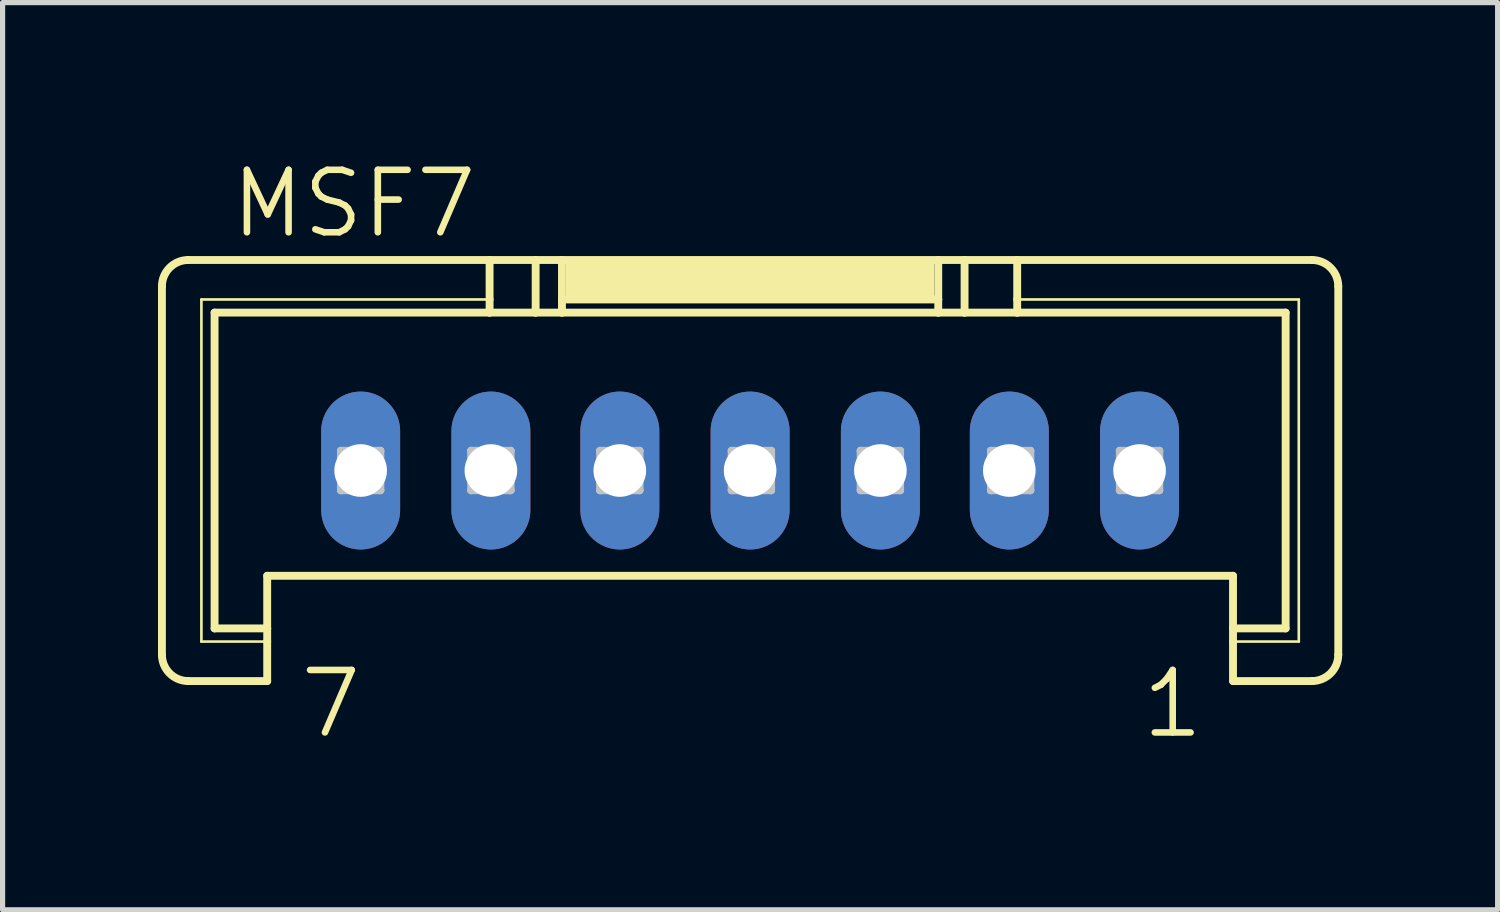
<source format=kicad_pcb>
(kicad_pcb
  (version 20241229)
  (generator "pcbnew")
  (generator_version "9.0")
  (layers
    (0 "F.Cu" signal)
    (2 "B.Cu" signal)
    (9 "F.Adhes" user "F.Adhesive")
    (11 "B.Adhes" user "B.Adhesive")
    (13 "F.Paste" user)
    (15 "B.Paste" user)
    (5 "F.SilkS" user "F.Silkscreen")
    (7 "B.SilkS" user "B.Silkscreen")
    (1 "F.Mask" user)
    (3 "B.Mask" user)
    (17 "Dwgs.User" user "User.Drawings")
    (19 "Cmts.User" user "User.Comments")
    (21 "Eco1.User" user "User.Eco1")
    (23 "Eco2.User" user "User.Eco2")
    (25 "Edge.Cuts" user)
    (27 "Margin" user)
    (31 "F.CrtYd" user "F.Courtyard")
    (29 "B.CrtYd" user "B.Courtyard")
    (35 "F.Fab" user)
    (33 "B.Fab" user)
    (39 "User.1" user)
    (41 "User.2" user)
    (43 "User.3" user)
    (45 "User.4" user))
  (footprint "MSF7"
    (layer "F.Cu")
    (at 11.43 3.493)
    (property "Reference" "MSF7" (at -10.084 -1.905 0) (layer "F.SilkS") (effects (font (size 1.206 1.206) (thickness 0.127)) (justify left bottom)))
    (attr through_hole)
    (fp_line (start -11.354 6.096) (end -11.354 -1.016) (stroke (width 0.152) (type solid)) (layer "F.SilkS"))
    (fp_line (start -10.846 -1.524) (end -5.029 -1.524) (stroke (width 0.152) (type solid)) (layer "F.SilkS"))
    (fp_line (start -10.592 -0.762) (end -5.029 -0.762) (stroke (width 0.051) (type solid)) (layer "F.SilkS"))
    (fp_line (start -10.592 5.842) (end -10.592 -0.762) (stroke (width 0.051) (type solid)) (layer "F.SilkS"))
    (fp_line (start -10.338 -0.508) (end -5.029 -0.508) (stroke (width 0.152) (type solid)) (layer "F.SilkS"))
    (fp_line (start -10.338 5.588) (end -10.338 -0.508) (stroke (width 0.152) (type solid)) (layer "F.SilkS"))
    (fp_line (start -9.322 5.588) (end -10.338 5.588) (stroke (width 0.152) (type solid)) (layer "F.SilkS"))
    (fp_line (start -9.322 5.588) (end -9.322 4.572) (stroke (width 0.152) (type solid)) (layer "F.SilkS"))
    (fp_line (start -9.322 5.588) (end -9.322 5.842) (stroke (width 0.152) (type solid)) (layer "F.SilkS"))
    (fp_line (start -9.322 5.842) (end -10.592 5.842) (stroke (width 0.051) (type solid)) (layer "F.SilkS"))
    (fp_line (start -9.322 5.842) (end -9.322 6.604) (stroke (width 0.152) (type solid)) (layer "F.SilkS"))
    (fp_line (start -9.322 6.604) (end -10.846 6.604) (stroke (width 0.152) (type solid)) (layer "F.SilkS"))
    (fp_line (start -5.029 -1.524) (end -5.029 -0.762) (stroke (width 0.152) (type solid)) (layer "F.SilkS"))
    (fp_line (start -5.029 -1.524) (end -4.14 -1.524) (stroke (width 0.152) (type solid)) (layer "F.SilkS"))
    (fp_line (start -5.029 -0.762) (end -5.029 -0.508) (stroke (width 0.152) (type solid)) (layer "F.SilkS"))
    (fp_line (start -5.029 -0.508) (end -4.14 -0.508) (stroke (width 0.152) (type solid)) (layer "F.SilkS"))
    (fp_line (start -4.14 -1.524) (end -4.14 -0.508) (stroke (width 0.152) (type solid)) (layer "F.SilkS"))
    (fp_line (start -4.14 -1.524) (end -3.632 -1.524) (stroke (width 0.152) (type solid)) (layer "F.SilkS"))
    (fp_line (start -4.14 -0.508) (end -3.632 -0.508) (stroke (width 0.152) (type solid)) (layer "F.SilkS"))
    (fp_line (start -3.632 -1.524) (end -3.632 -0.762) (stroke (width 0.152) (type solid)) (layer "F.SilkS"))
    (fp_line (start -3.632 -1.524) (end 3.632 -1.524) (stroke (width 0.152) (type solid)) (layer "F.SilkS"))
    (fp_line (start -3.632 -0.762) (end -3.632 -0.508) (stroke (width 0.152) (type solid)) (layer "F.SilkS"))
    (fp_line (start -3.632 -0.762) (end 3.632 -0.762) (stroke (width 0.152) (type solid)) (layer "F.SilkS"))
    (fp_line (start -3.632 -0.508) (end 3.632 -0.508) (stroke (width 0.152) (type solid)) (layer "F.SilkS"))
    (fp_line (start 3.632 -1.524) (end 3.632 -0.762) (stroke (width 0.152) (type solid)) (layer "F.SilkS"))
    (fp_line (start 3.632 -1.524) (end 4.14 -1.524) (stroke (width 0.152) (type solid)) (layer "F.SilkS"))
    (fp_line (start 3.632 -0.762) (end 3.632 -0.508) (stroke (width 0.152) (type solid)) (layer "F.SilkS"))
    (fp_line (start 3.632 -0.508) (end 4.14 -0.508) (stroke (width 0.152) (type solid)) (layer "F.SilkS"))
    (fp_line (start 4.14 -1.524) (end 4.14 -0.508) (stroke (width 0.152) (type solid)) (layer "F.SilkS"))
    (fp_line (start 4.14 -1.524) (end 5.156 -1.524) (stroke (width 0.152) (type solid)) (layer "F.SilkS"))
    (fp_line (start 4.14 -0.508) (end 5.156 -0.508) (stroke (width 0.152) (type solid)) (layer "F.SilkS"))
    (fp_line (start 5.156 -1.524) (end 5.156 -0.762) (stroke (width 0.152) (type solid)) (layer "F.SilkS"))
    (fp_line (start 5.156 -1.524) (end 10.846 -1.524) (stroke (width 0.152) (type solid)) (layer "F.SilkS"))
    (fp_line (start 5.156 -0.762) (end 5.156 -0.508) (stroke (width 0.152) (type solid)) (layer "F.SilkS"))
    (fp_line (start 5.156 -0.762) (end 10.592 -0.762) (stroke (width 0.051) (type solid)) (layer "F.SilkS"))
    (fp_line (start 5.156 -0.508) (end 10.338 -0.508) (stroke (width 0.152) (type solid)) (layer "F.SilkS"))
    (fp_line (start 9.322 4.572) (end -9.322 4.572) (stroke (width 0.152) (type solid)) (layer "F.SilkS"))
    (fp_line (start 9.322 5.588) (end 9.322 4.572) (stroke (width 0.152) (type solid)) (layer "F.SilkS"))
    (fp_line (start 9.322 5.842) (end 9.322 5.588) (stroke (width 0.152) (type solid)) (layer "F.SilkS"))
    (fp_line (start 9.322 6.604) (end 9.322 5.842) (stroke (width 0.152) (type solid)) (layer "F.SilkS"))
    (fp_line (start 10.338 -0.508) (end 10.338 5.588) (stroke (width 0.152) (type solid)) (layer "F.SilkS"))
    (fp_line (start 10.338 5.588) (end 9.322 5.588) (stroke (width 0.152) (type solid)) (layer "F.SilkS"))
    (fp_line (start 10.592 -0.762) (end 10.592 5.842) (stroke (width 0.051) (type solid)) (layer "F.SilkS"))
    (fp_line (start 10.592 5.842) (end 9.322 5.842) (stroke (width 0.051) (type solid)) (layer "F.SilkS"))
    (fp_line (start 10.846 6.604) (end 9.322 6.604) (stroke (width 0.152) (type solid)) (layer "F.SilkS"))
    (fp_line (start 11.354 -1.016) (end 11.354 6.096) (stroke (width 0.152) (type solid)) (layer "F.SilkS"))
    (fp_arc (start -11.3538 -1.016) (mid -11.20501 -1.37521) (end -10.8458 -1.524) (stroke (width 0.1524) (type solid)) (layer "F.SilkS"))
    (fp_arc (start -10.8458 6.604) (mid -11.20501 6.45521) (end -11.3538 6.096) (stroke (width 0.1524) (type solid)) (layer "F.SilkS"))
    (fp_arc (start 10.8458 -1.524) (mid 11.20501 -1.37521) (end 11.3538 -1.016) (stroke (width 0.1524) (type solid)) (layer "F.SilkS"))
    (fp_arc (start 11.3538 6.096) (mid 11.20501 6.45521) (end 10.8458 6.604) (stroke (width 0.1524) (type solid)) (layer "F.SilkS"))
    (fp_poly (pts (xy -3.556 -0.762) (xy 3.556 -0.762) (xy 3.556 -1.524) (xy -3.556 -1.524)) (stroke (width 0) (type solid)) (fill yes) (layer "F.SilkS"))
    (fp_line (start -7.899 2.159) (end -7.899 2.921) (stroke (width 0.152) (type solid)) (layer "Dwgs.User"))
    (fp_line (start -7.899 2.159) (end -7.137 2.921) (stroke (width 0.152) (type solid)) (layer "Dwgs.User"))
    (fp_line (start -7.899 2.921) (end -7.137 2.921) (stroke (width 0.152) (type solid)) (layer "Dwgs.User"))
    (fp_line (start -7.137 2.159) (end -7.899 2.159) (stroke (width 0.152) (type solid)) (layer "Dwgs.User"))
    (fp_line (start -7.137 2.159) (end -7.899 2.921) (stroke (width 0.152) (type solid)) (layer "Dwgs.User"))
    (fp_line (start -7.137 2.921) (end -7.137 2.159) (stroke (width 0.152) (type solid)) (layer "Dwgs.User"))
    (fp_line (start -5.385 2.159) (end -5.385 2.921) (stroke (width 0.152) (type solid)) (layer "Dwgs.User"))
    (fp_line (start -5.385 2.159) (end -4.623 2.921) (stroke (width 0.152) (type solid)) (layer "Dwgs.User"))
    (fp_line (start -5.385 2.921) (end -4.623 2.921) (stroke (width 0.152) (type solid)) (layer "Dwgs.User"))
    (fp_line (start -4.623 2.159) (end -5.385 2.159) (stroke (width 0.152) (type solid)) (layer "Dwgs.User"))
    (fp_line (start -4.623 2.159) (end -5.385 2.921) (stroke (width 0.152) (type solid)) (layer "Dwgs.User"))
    (fp_line (start -4.623 2.921) (end -4.623 2.159) (stroke (width 0.152) (type solid)) (layer "Dwgs.User"))
    (fp_line (start -2.896 2.159) (end -2.896 2.921) (stroke (width 0.152) (type solid)) (layer "Dwgs.User"))
    (fp_line (start -2.896 2.159) (end -2.134 2.921) (stroke (width 0.152) (type solid)) (layer "Dwgs.User"))
    (fp_line (start -2.896 2.921) (end -2.134 2.921) (stroke (width 0.152) (type solid)) (layer "Dwgs.User"))
    (fp_line (start -2.134 2.159) (end -2.896 2.159) (stroke (width 0.152) (type solid)) (layer "Dwgs.User"))
    (fp_line (start -2.134 2.159) (end -2.896 2.921) (stroke (width 0.152) (type solid)) (layer "Dwgs.User"))
    (fp_line (start -2.134 2.921) (end -2.134 2.159) (stroke (width 0.152) (type solid)) (layer "Dwgs.User"))
    (fp_line (start -0.356 2.159) (end -0.356 2.921) (stroke (width 0.152) (type solid)) (layer "Dwgs.User"))
    (fp_line (start -0.356 2.159) (end 0.406 2.921) (stroke (width 0.152) (type solid)) (layer "Dwgs.User"))
    (fp_line (start -0.356 2.921) (end 0.406 2.921) (stroke (width 0.152) (type solid)) (layer "Dwgs.User"))
    (fp_line (start 0.406 2.159) (end -0.356 2.159) (stroke (width 0.152) (type solid)) (layer "Dwgs.User"))
    (fp_line (start 0.406 2.159) (end -0.356 2.921) (stroke (width 0.152) (type solid)) (layer "Dwgs.User"))
    (fp_line (start 0.406 2.921) (end 0.406 2.159) (stroke (width 0.152) (type solid)) (layer "Dwgs.User"))
    (fp_line (start 2.134 2.159) (end 2.134 2.921) (stroke (width 0.152) (type solid)) (layer "Dwgs.User"))
    (fp_line (start 2.134 2.159) (end 2.896 2.921) (stroke (width 0.152) (type solid)) (layer "Dwgs.User"))
    (fp_line (start 2.134 2.921) (end 2.896 2.921) (stroke (width 0.152) (type solid)) (layer "Dwgs.User"))
    (fp_line (start 2.896 2.159) (end 2.134 2.159) (stroke (width 0.152) (type solid)) (layer "Dwgs.User"))
    (fp_line (start 2.896 2.159) (end 2.134 2.921) (stroke (width 0.152) (type solid)) (layer "Dwgs.User"))
    (fp_line (start 2.896 2.921) (end 2.896 2.159) (stroke (width 0.152) (type solid)) (layer "Dwgs.User"))
    (fp_line (start 4.648 2.159) (end 4.648 2.921) (stroke (width 0.152) (type solid)) (layer "Dwgs.User"))
    (fp_line (start 4.648 2.159) (end 5.41 2.921) (stroke (width 0.152) (type solid)) (layer "Dwgs.User"))
    (fp_line (start 4.648 2.921) (end 5.41 2.921) (stroke (width 0.152) (type solid)) (layer "Dwgs.User"))
    (fp_line (start 5.41 2.159) (end 4.648 2.159) (stroke (width 0.152) (type solid)) (layer "Dwgs.User"))
    (fp_line (start 5.41 2.159) (end 4.648 2.921) (stroke (width 0.152) (type solid)) (layer "Dwgs.User"))
    (fp_line (start 5.41 2.921) (end 5.41 2.159) (stroke (width 0.152) (type solid)) (layer "Dwgs.User"))
    (fp_line (start 7.137 2.159) (end 7.137 2.921) (stroke (width 0.152) (type solid)) (layer "Dwgs.User"))
    (fp_line (start 7.137 2.159) (end 7.899 2.921) (stroke (width 0.152) (type solid)) (layer "Dwgs.User"))
    (fp_line (start 7.137 2.921) (end 7.899 2.921) (stroke (width 0.152) (type solid)) (layer "Dwgs.User"))
    (fp_line (start 7.899 2.159) (end 7.137 2.159) (stroke (width 0.152) (type solid)) (layer "Dwgs.User"))
    (fp_line (start 7.899 2.159) (end 7.137 2.921) (stroke (width 0.152) (type solid)) (layer "Dwgs.User"))
    (fp_line (start 7.899 2.921) (end 7.899 2.159) (stroke (width 0.152) (type solid)) (layer "Dwgs.User"))
    (fp_text user "1" (at 7.5 7.75 0) (layer "F.SilkS") (effects (font (size 1.206 1.206) (thickness 0.127)) (justify left bottom)))
    (fp_text user "7" (at -8.75 7.75 0) (layer "F.SilkS") (effects (font (size 1.206 1.206) (thickness 0.127)) (justify left bottom)))
    (pad "1" thru_hole oval (at 7.518 2.54 90) (size 3.048 1.524) (drill 1.016) (layers "*.Cu" "*.Mask"))
    (pad "2" thru_hole oval (at 5.004 2.54 90) (size 3.048 1.524) (drill 1.016) (layers "*.Cu" "*.Mask"))
    (pad "3" thru_hole oval (at 2.515 2.54 90) (size 3.048 1.524) (drill 1.016) (layers "*.Cu" "*.Mask"))
    (pad "4" thru_hole oval (at 0 2.54 90) (size 3.048 1.524) (drill 1.016) (layers "*.Cu" "*.Mask"))
    (pad "5" thru_hole oval (at -2.515 2.54 90) (size 3.048 1.524) (drill 1.016) (layers "*.Cu" "*.Mask"))
    (pad "6" thru_hole oval (at -5.004 2.54 90) (size 3.048 1.524) (drill 1.016) (layers "*.Cu" "*.Mask"))
    (pad "7" thru_hole oval (at -7.518 2.54 90) (size 3.048 1.524) (drill 1.016) (layers "*.Cu" "*.Mask")))
  (gr_rect
    (start -3 -3)
    (end 25.86 14.512)
    (stroke (width 0.1) (type default))
    (fill no)
    (layer "Edge.Cuts")))
</source>
